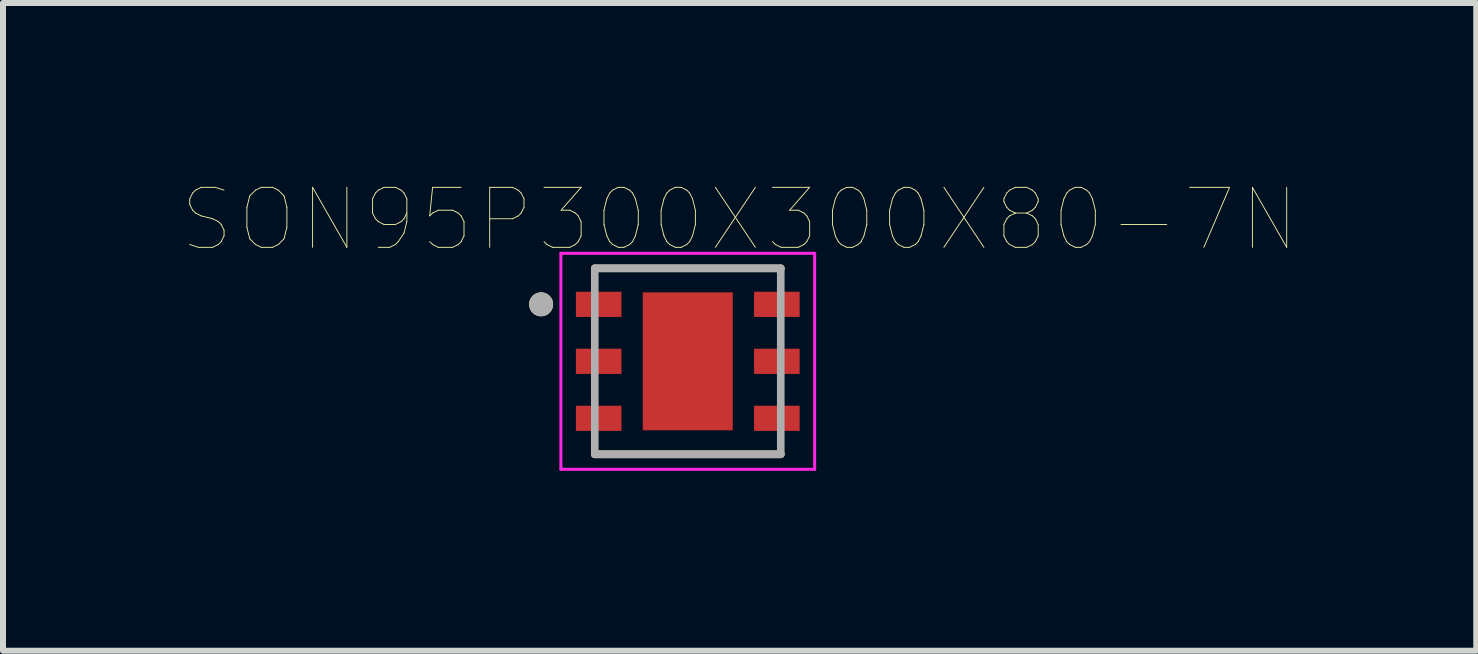
<source format=kicad_pcb>
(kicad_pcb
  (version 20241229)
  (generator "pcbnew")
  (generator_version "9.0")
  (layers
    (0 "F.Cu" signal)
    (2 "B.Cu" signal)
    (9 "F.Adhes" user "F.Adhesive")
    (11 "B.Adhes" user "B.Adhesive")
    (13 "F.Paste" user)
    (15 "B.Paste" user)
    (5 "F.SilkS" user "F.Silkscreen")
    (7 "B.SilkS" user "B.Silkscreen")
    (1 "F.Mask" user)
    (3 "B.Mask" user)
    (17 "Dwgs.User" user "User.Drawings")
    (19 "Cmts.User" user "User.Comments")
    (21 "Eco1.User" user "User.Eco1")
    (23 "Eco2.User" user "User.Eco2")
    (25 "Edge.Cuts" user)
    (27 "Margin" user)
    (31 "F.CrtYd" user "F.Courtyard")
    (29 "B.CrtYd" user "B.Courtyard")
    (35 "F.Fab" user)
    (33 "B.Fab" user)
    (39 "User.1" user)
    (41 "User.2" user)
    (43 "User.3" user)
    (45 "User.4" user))
  (footprint "SON95P300X300X80-7N"
    (layer "F.Cu")
    (at 8.415 2.973)
    (property "Reference" "SON95P300X300X80-7N" (at 0.865 -2.362 0) (layer "F.SilkS") (effects (font (size 1 1) (thickness 0.015))))
    (attr through_hole)
    (fp_line (start -1.55 -1.55) (end 1.55 -1.55) (stroke (width 0.127) (type solid)) (layer "F.SilkS"))
    (fp_line (start -1.55 1.55) (end 1.55 1.55) (stroke (width 0.127) (type solid)) (layer "F.SilkS"))
    (fp_circle (center -2.445 -0.95) (end -2.345 -0.95) (stroke (width 0.2) (type solid)) (fill no) (layer "F.SilkS"))
    (fp_poly (pts (xy -0.47 -0.73) (xy 0.47 -0.73) (xy 0.47 0.73) (xy -0.47 0.73)) (stroke (width 0.01) (type solid)) (fill yes) (layer "F.Paste"))
    (fp_line (start -2.115 -1.8) (end -2.115 1.8) (stroke (width 0.05) (type solid)) (layer "F.CrtYd"))
    (fp_line (start -2.115 -1.8) (end 2.115 -1.8) (stroke (width 0.05) (type solid)) (layer "F.CrtYd"))
    (fp_line (start -2.115 1.8) (end 2.115 1.8) (stroke (width 0.05) (type solid)) (layer "F.CrtYd"))
    (fp_line (start 2.115 -1.8) (end 2.115 1.8) (stroke (width 0.05) (type solid)) (layer "F.CrtYd"))
    (fp_line (start -1.55 -1.55) (end -1.55 1.55) (stroke (width 0.127) (type solid)) (layer "F.Fab"))
    (fp_line (start -1.55 -1.55) (end 1.55 -1.55) (stroke (width 0.127) (type solid)) (layer "F.Fab"))
    (fp_line (start -1.55 1.55) (end 1.55 1.55) (stroke (width 0.127) (type solid)) (layer "F.Fab"))
    (fp_line (start 1.55 -1.55) (end 1.55 1.55) (stroke (width 0.127) (type solid)) (layer "F.Fab"))
    (fp_circle (center -2.445 -0.95) (end -2.345 -0.95) (stroke (width 0.2) (type solid)) (fill no) (layer "F.Fab"))
    (pad "1" smd rect (at -1.485 -0.95) (size 0.76 0.42) (layers "F.Cu" "F.Mask" "F.Paste"))
    (pad "2" smd rect (at -1.485 0) (size 0.76 0.42) (layers "F.Cu" "F.Mask" "F.Paste"))
    (pad "3" smd rect (at -1.485 0.95) (size 0.76 0.42) (layers "F.Cu" "F.Mask" "F.Paste"))
    (pad "4" smd rect (at 1.485 0.95) (size 0.76 0.42) (layers "F.Cu" "F.Mask" "F.Paste"))
    (pad "5" smd rect (at 1.485 0) (size 0.76 0.42) (layers "F.Cu" "F.Mask" "F.Paste"))
    (pad "6" smd rect (at 1.485 -0.95) (size 0.76 0.42) (layers "F.Cu" "F.Mask" "F.Paste"))
    (pad "7" smd rect (at 0 0) (size 1.5 2.3) (layers "F.Cu" "F.Mask")))
  (gr_rect
    (start -3 -3)
    (end 21.559 7.798)
    (stroke (width 0.1) (type default))
    (fill no)
    (layer "Edge.Cuts")))
</source>
